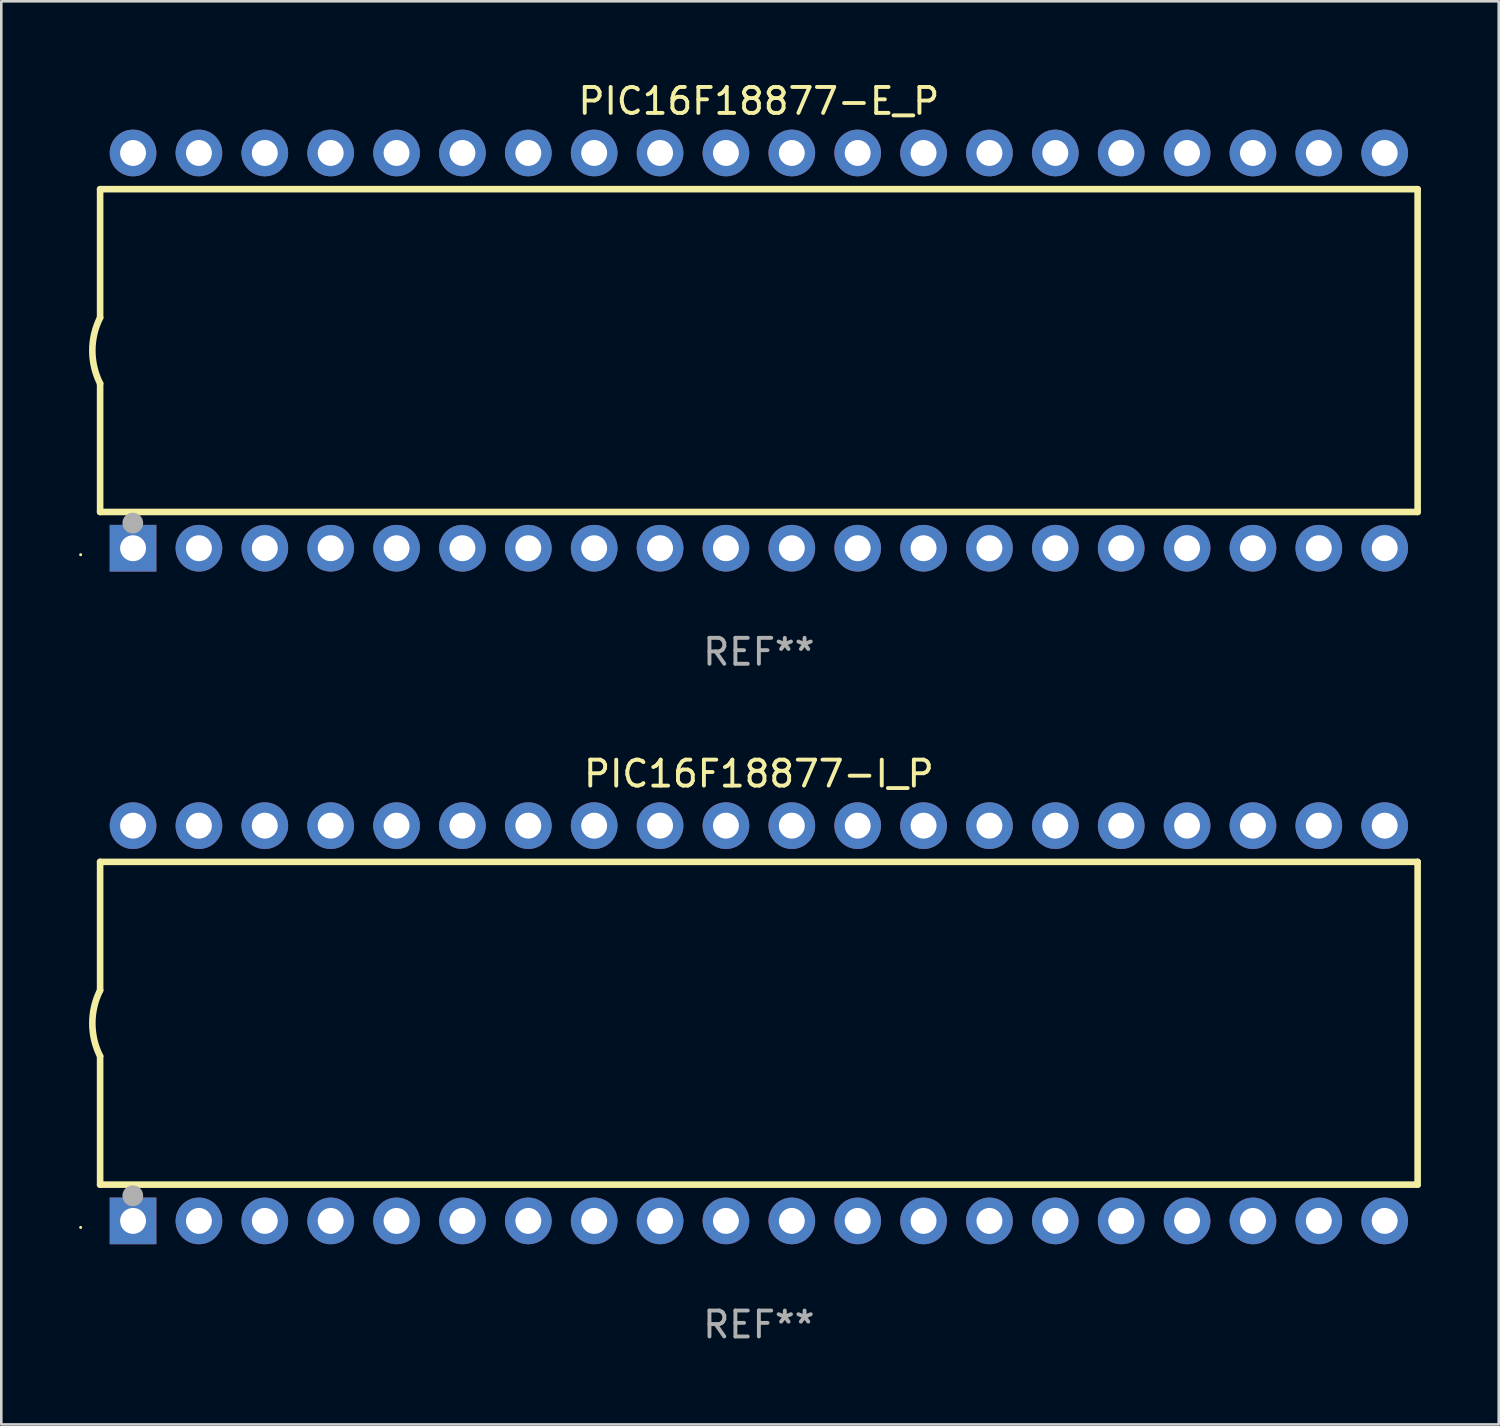
<source format=kicad_pcb>
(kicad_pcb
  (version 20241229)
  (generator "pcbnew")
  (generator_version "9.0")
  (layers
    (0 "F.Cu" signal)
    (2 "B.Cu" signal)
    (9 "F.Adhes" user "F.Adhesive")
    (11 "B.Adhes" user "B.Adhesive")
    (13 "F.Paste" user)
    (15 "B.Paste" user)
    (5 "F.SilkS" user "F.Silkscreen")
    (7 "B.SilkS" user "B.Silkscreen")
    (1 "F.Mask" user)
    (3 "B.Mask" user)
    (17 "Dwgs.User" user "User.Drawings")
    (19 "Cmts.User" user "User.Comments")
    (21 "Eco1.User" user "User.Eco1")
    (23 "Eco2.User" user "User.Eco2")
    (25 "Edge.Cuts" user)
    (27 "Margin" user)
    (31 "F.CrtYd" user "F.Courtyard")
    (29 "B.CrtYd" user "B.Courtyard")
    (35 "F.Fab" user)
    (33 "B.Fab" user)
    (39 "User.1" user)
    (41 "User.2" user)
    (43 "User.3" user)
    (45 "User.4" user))
  (footprint "PIC16F18877-E_P"
    (layer "F.Cu")
    (at 26.21 10.468)
    (property "Reference" "PIC16F18877-E_P" (at 0 -9.62 0) (layer "F.SilkS") (effects (font (size 1 1) (thickness 0.15))))
    (attr through_hole)
    (fp_line (start -25.4 -6.224) (end -25.4 -1.271) (stroke (width 0.254) (type solid)) (layer "F.SilkS"))
    (fp_line (start -25.4 -6.224) (end 25.4 -6.224) (stroke (width 0.254) (type solid)) (layer "F.SilkS"))
    (fp_line (start -25.4 1.269) (end -25.4 6.222) (stroke (width 0.254) (type solid)) (layer "F.SilkS"))
    (fp_line (start -25.4 6.222) (end 25.4 6.222) (stroke (width 0.254) (type solid)) (layer "F.SilkS"))
    (fp_line (start 25.4 6.222) (end 25.4 -6.224) (stroke (width 0.254) (type solid)) (layer "F.SilkS"))
    (fp_arc (start -25.4 1.269241) (mid -25.699807 -0.000762) (end -25.4 -1.270765) (stroke (width 0.254001) (type solid)) (layer "F.SilkS"))
    (fp_circle (center -26.15 7.87) (end -26.12 7.87) (stroke (width 0.06) (type solid)) (fill no) (layer "F.SilkS"))
    (fp_circle (center -24.14 6.65) (end -23.94 6.65) (stroke (width 0.4) (type solid)) (fill no) (layer "F.Fab"))
    (fp_text user "REF**" (at 0 11.62 0) (layer "F.Fab") (effects (font (size 1 1) (thickness 0.15))))
    (pad "1" thru_hole rect (at -24.13 7.62 90) (size 1.8 1.8) (drill 1) (layers "*.Cu" "*.Mask"))
    (pad "2" thru_hole circle (at -21.59 7.62) (size 1.8 1.8) (drill 1) (layers "*.Cu" "*.Mask"))
    (pad "3" thru_hole circle (at -19.05 7.62) (size 1.8 1.8) (drill 1) (layers "*.Cu" "*.Mask"))
    (pad "4" thru_hole circle (at -16.51 7.62) (size 1.8 1.8) (drill 1) (layers "*.Cu" "*.Mask"))
    (pad "5" thru_hole circle (at -13.97 7.62) (size 1.8 1.8) (drill 1) (layers "*.Cu" "*.Mask"))
    (pad "6" thru_hole circle (at -11.43 7.62) (size 1.8 1.8) (drill 1) (layers "*.Cu" "*.Mask"))
    (pad "7" thru_hole circle (at -8.89 7.62) (size 1.8 1.8) (drill 1) (layers "*.Cu" "*.Mask"))
    (pad "8" thru_hole circle (at -6.35 7.62) (size 1.8 1.8) (drill 1) (layers "*.Cu" "*.Mask"))
    (pad "9" thru_hole circle (at -3.81 7.62) (size 1.8 1.8) (drill 1) (layers "*.Cu" "*.Mask"))
    (pad "10" thru_hole circle (at -1.27 7.62) (size 1.8 1.8) (drill 1) (layers "*.Cu" "*.Mask"))
    (pad "11" thru_hole circle (at 1.27 7.62) (size 1.8 1.8) (drill 1) (layers "*.Cu" "*.Mask"))
    (pad "12" thru_hole circle (at 3.81 7.62) (size 1.8 1.8) (drill 1) (layers "*.Cu" "*.Mask"))
    (pad "13" thru_hole circle (at 6.35 7.62) (size 1.8 1.8) (drill 1) (layers "*.Cu" "*.Mask"))
    (pad "14" thru_hole circle (at 8.89 7.62) (size 1.8 1.8) (drill 1) (layers "*.Cu" "*.Mask"))
    (pad "15" thru_hole circle (at 11.43 7.62) (size 1.8 1.8) (drill 1) (layers "*.Cu" "*.Mask"))
    (pad "16" thru_hole circle (at 13.97 7.62) (size 1.8 1.8) (drill 1) (layers "*.Cu" "*.Mask"))
    (pad "17" thru_hole circle (at 16.51 7.62) (size 1.8 1.8) (drill 1) (layers "*.Cu" "*.Mask"))
    (pad "18" thru_hole circle (at 19.05 7.62) (size 1.8 1.8) (drill 1) (layers "*.Cu" "*.Mask"))
    (pad "19" thru_hole circle (at 21.59 7.62) (size 1.8 1.8) (drill 1) (layers "*.Cu" "*.Mask"))
    (pad "20" thru_hole circle (at 24.13 7.62) (size 1.8 1.8) (drill 1) (layers "*.Cu" "*.Mask"))
    (pad "21" thru_hole circle (at 24.13 -7.62) (size 1.8 1.8) (drill 1) (layers "*.Cu" "*.Mask"))
    (pad "22" thru_hole circle (at 21.59 -7.62) (size 1.8 1.8) (drill 1) (layers "*.Cu" "*.Mask"))
    (pad "23" thru_hole circle (at 19.05 -7.62) (size 1.8 1.8) (drill 1) (layers "*.Cu" "*.Mask"))
    (pad "24" thru_hole circle (at 16.51 -7.62) (size 1.8 1.8) (drill 1) (layers "*.Cu" "*.Mask"))
    (pad "25" thru_hole circle (at 13.97 -7.62) (size 1.8 1.8) (drill 1) (layers "*.Cu" "*.Mask"))
    (pad "26" thru_hole circle (at 11.43 -7.62) (size 1.8 1.8) (drill 1) (layers "*.Cu" "*.Mask"))
    (pad "27" thru_hole circle (at 8.89 -7.62) (size 1.8 1.8) (drill 1) (layers "*.Cu" "*.Mask"))
    (pad "28" thru_hole circle (at 6.35 -7.62) (size 1.8 1.8) (drill 1) (layers "*.Cu" "*.Mask"))
    (pad "29" thru_hole circle (at 3.81 -7.62) (size 1.8 1.8) (drill 1) (layers "*.Cu" "*.Mask"))
    (pad "30" thru_hole circle (at 1.27 -7.62) (size 1.8 1.8) (drill 1) (layers "*.Cu" "*.Mask"))
    (pad "31" thru_hole circle (at -1.27 -7.62) (size 1.8 1.8) (drill 1) (layers "*.Cu" "*.Mask"))
    (pad "32" thru_hole circle (at -3.81 -7.62) (size 1.8 1.8) (drill 1) (layers "*.Cu" "*.Mask"))
    (pad "33" thru_hole circle (at -6.35 -7.62) (size 1.8 1.8) (drill 1) (layers "*.Cu" "*.Mask"))
    (pad "34" thru_hole circle (at -8.89 -7.62) (size 1.8 1.8) (drill 1) (layers "*.Cu" "*.Mask"))
    (pad "35" thru_hole circle (at -11.43 -7.62) (size 1.8 1.8) (drill 1) (layers "*.Cu" "*.Mask"))
    (pad "36" thru_hole circle (at -13.97 -7.62) (size 1.8 1.8) (drill 1) (layers "*.Cu" "*.Mask"))
    (pad "37" thru_hole circle (at -16.51 -7.62) (size 1.8 1.8) (drill 1) (layers "*.Cu" "*.Mask"))
    (pad "38" thru_hole circle (at -19.05 -7.62) (size 1.8 1.8) (drill 1) (layers "*.Cu" "*.Mask"))
    (pad "39" thru_hole circle (at -21.59 -7.62) (size 1.8 1.8) (drill 1) (layers "*.Cu" "*.Mask"))
    (pad "40" thru_hole circle (at -24.13 -7.62) (size 1.8 1.8) (drill 1) (layers "*.Cu" "*.Mask")))
  (footprint "PIC16F18877-I_P"
    (layer "F.Cu")
    (at 26.21 36.405)
    (property "Reference" "PIC16F18877-I_P" (at 0 -9.62 0) (layer "F.SilkS") (effects (font (size 1 1) (thickness 0.15))))
    (attr through_hole)
    (fp_line (start -25.4 -6.224) (end -25.4 -1.271) (stroke (width 0.254) (type solid)) (layer "F.SilkS"))
    (fp_line (start -25.4 -6.224) (end 25.4 -6.224) (stroke (width 0.254) (type solid)) (layer "F.SilkS"))
    (fp_line (start -25.4 1.269) (end -25.4 6.222) (stroke (width 0.254) (type solid)) (layer "F.SilkS"))
    (fp_line (start -25.4 6.222) (end 25.4 6.222) (stroke (width 0.254) (type solid)) (layer "F.SilkS"))
    (fp_line (start 25.4 6.222) (end 25.4 -6.224) (stroke (width 0.254) (type solid)) (layer "F.SilkS"))
    (fp_arc (start -25.4 1.269241) (mid -25.699807 -0.000762) (end -25.4 -1.270765) (stroke (width 0.254001) (type solid)) (layer "F.SilkS"))
    (fp_circle (center -26.15 7.87) (end -26.12 7.87) (stroke (width 0.06) (type solid)) (fill no) (layer "F.SilkS"))
    (fp_circle (center -24.14 6.65) (end -23.94 6.65) (stroke (width 0.4) (type solid)) (fill no) (layer "F.Fab"))
    (fp_text user "REF**" (at 0 11.62 0) (layer "F.Fab") (effects (font (size 1 1) (thickness 0.15))))
    (pad "1" thru_hole rect (at -24.13 7.62 90) (size 1.8 1.8) (drill 1) (layers "*.Cu" "*.Mask"))
    (pad "2" thru_hole circle (at -21.59 7.62) (size 1.8 1.8) (drill 1) (layers "*.Cu" "*.Mask"))
    (pad "3" thru_hole circle (at -19.05 7.62) (size 1.8 1.8) (drill 1) (layers "*.Cu" "*.Mask"))
    (pad "4" thru_hole circle (at -16.51 7.62) (size 1.8 1.8) (drill 1) (layers "*.Cu" "*.Mask"))
    (pad "5" thru_hole circle (at -13.97 7.62) (size 1.8 1.8) (drill 1) (layers "*.Cu" "*.Mask"))
    (pad "6" thru_hole circle (at -11.43 7.62) (size 1.8 1.8) (drill 1) (layers "*.Cu" "*.Mask"))
    (pad "7" thru_hole circle (at -8.89 7.62) (size 1.8 1.8) (drill 1) (layers "*.Cu" "*.Mask"))
    (pad "8" thru_hole circle (at -6.35 7.62) (size 1.8 1.8) (drill 1) (layers "*.Cu" "*.Mask"))
    (pad "9" thru_hole circle (at -3.81 7.62) (size 1.8 1.8) (drill 1) (layers "*.Cu" "*.Mask"))
    (pad "10" thru_hole circle (at -1.27 7.62) (size 1.8 1.8) (drill 1) (layers "*.Cu" "*.Mask"))
    (pad "11" thru_hole circle (at 1.27 7.62) (size 1.8 1.8) (drill 1) (layers "*.Cu" "*.Mask"))
    (pad "12" thru_hole circle (at 3.81 7.62) (size 1.8 1.8) (drill 1) (layers "*.Cu" "*.Mask"))
    (pad "13" thru_hole circle (at 6.35 7.62) (size 1.8 1.8) (drill 1) (layers "*.Cu" "*.Mask"))
    (pad "14" thru_hole circle (at 8.89 7.62) (size 1.8 1.8) (drill 1) (layers "*.Cu" "*.Mask"))
    (pad "15" thru_hole circle (at 11.43 7.62) (size 1.8 1.8) (drill 1) (layers "*.Cu" "*.Mask"))
    (pad "16" thru_hole circle (at 13.97 7.62) (size 1.8 1.8) (drill 1) (layers "*.Cu" "*.Mask"))
    (pad "17" thru_hole circle (at 16.51 7.62) (size 1.8 1.8) (drill 1) (layers "*.Cu" "*.Mask"))
    (pad "18" thru_hole circle (at 19.05 7.62) (size 1.8 1.8) (drill 1) (layers "*.Cu" "*.Mask"))
    (pad "19" thru_hole circle (at 21.59 7.62) (size 1.8 1.8) (drill 1) (layers "*.Cu" "*.Mask"))
    (pad "20" thru_hole circle (at 24.13 7.62) (size 1.8 1.8) (drill 1) (layers "*.Cu" "*.Mask"))
    (pad "21" thru_hole circle (at 24.13 -7.62) (size 1.8 1.8) (drill 1) (layers "*.Cu" "*.Mask"))
    (pad "22" thru_hole circle (at 21.59 -7.62) (size 1.8 1.8) (drill 1) (layers "*.Cu" "*.Mask"))
    (pad "23" thru_hole circle (at 19.05 -7.62) (size 1.8 1.8) (drill 1) (layers "*.Cu" "*.Mask"))
    (pad "24" thru_hole circle (at 16.51 -7.62) (size 1.8 1.8) (drill 1) (layers "*.Cu" "*.Mask"))
    (pad "25" thru_hole circle (at 13.97 -7.62) (size 1.8 1.8) (drill 1) (layers "*.Cu" "*.Mask"))
    (pad "26" thru_hole circle (at 11.43 -7.62) (size 1.8 1.8) (drill 1) (layers "*.Cu" "*.Mask"))
    (pad "27" thru_hole circle (at 8.89 -7.62) (size 1.8 1.8) (drill 1) (layers "*.Cu" "*.Mask"))
    (pad "28" thru_hole circle (at 6.35 -7.62) (size 1.8 1.8) (drill 1) (layers "*.Cu" "*.Mask"))
    (pad "29" thru_hole circle (at 3.81 -7.62) (size 1.8 1.8) (drill 1) (layers "*.Cu" "*.Mask"))
    (pad "30" thru_hole circle (at 1.27 -7.62) (size 1.8 1.8) (drill 1) (layers "*.Cu" "*.Mask"))
    (pad "31" thru_hole circle (at -1.27 -7.62) (size 1.8 1.8) (drill 1) (layers "*.Cu" "*.Mask"))
    (pad "32" thru_hole circle (at -3.81 -7.62) (size 1.8 1.8) (drill 1) (layers "*.Cu" "*.Mask"))
    (pad "33" thru_hole circle (at -6.35 -7.62) (size 1.8 1.8) (drill 1) (layers "*.Cu" "*.Mask"))
    (pad "34" thru_hole circle (at -8.89 -7.62) (size 1.8 1.8) (drill 1) (layers "*.Cu" "*.Mask"))
    (pad "35" thru_hole circle (at -11.43 -7.62) (size 1.8 1.8) (drill 1) (layers "*.Cu" "*.Mask"))
    (pad "36" thru_hole circle (at -13.97 -7.62) (size 1.8 1.8) (drill 1) (layers "*.Cu" "*.Mask"))
    (pad "37" thru_hole circle (at -16.51 -7.62) (size 1.8 1.8) (drill 1) (layers "*.Cu" "*.Mask"))
    (pad "38" thru_hole circle (at -19.05 -7.62) (size 1.8 1.8) (drill 1) (layers "*.Cu" "*.Mask"))
    (pad "39" thru_hole circle (at -21.59 -7.62) (size 1.8 1.8) (drill 1) (layers "*.Cu" "*.Mask"))
    (pad "40" thru_hole circle (at -24.13 -7.62) (size 1.8 1.8) (drill 1) (layers "*.Cu" "*.Mask")))
  (gr_rect
    (start -3 -3)
    (end 54.737 51.873)
    (stroke (width 0.1) (type default))
    (fill no)
    (layer "Edge.Cuts")))
</source>
